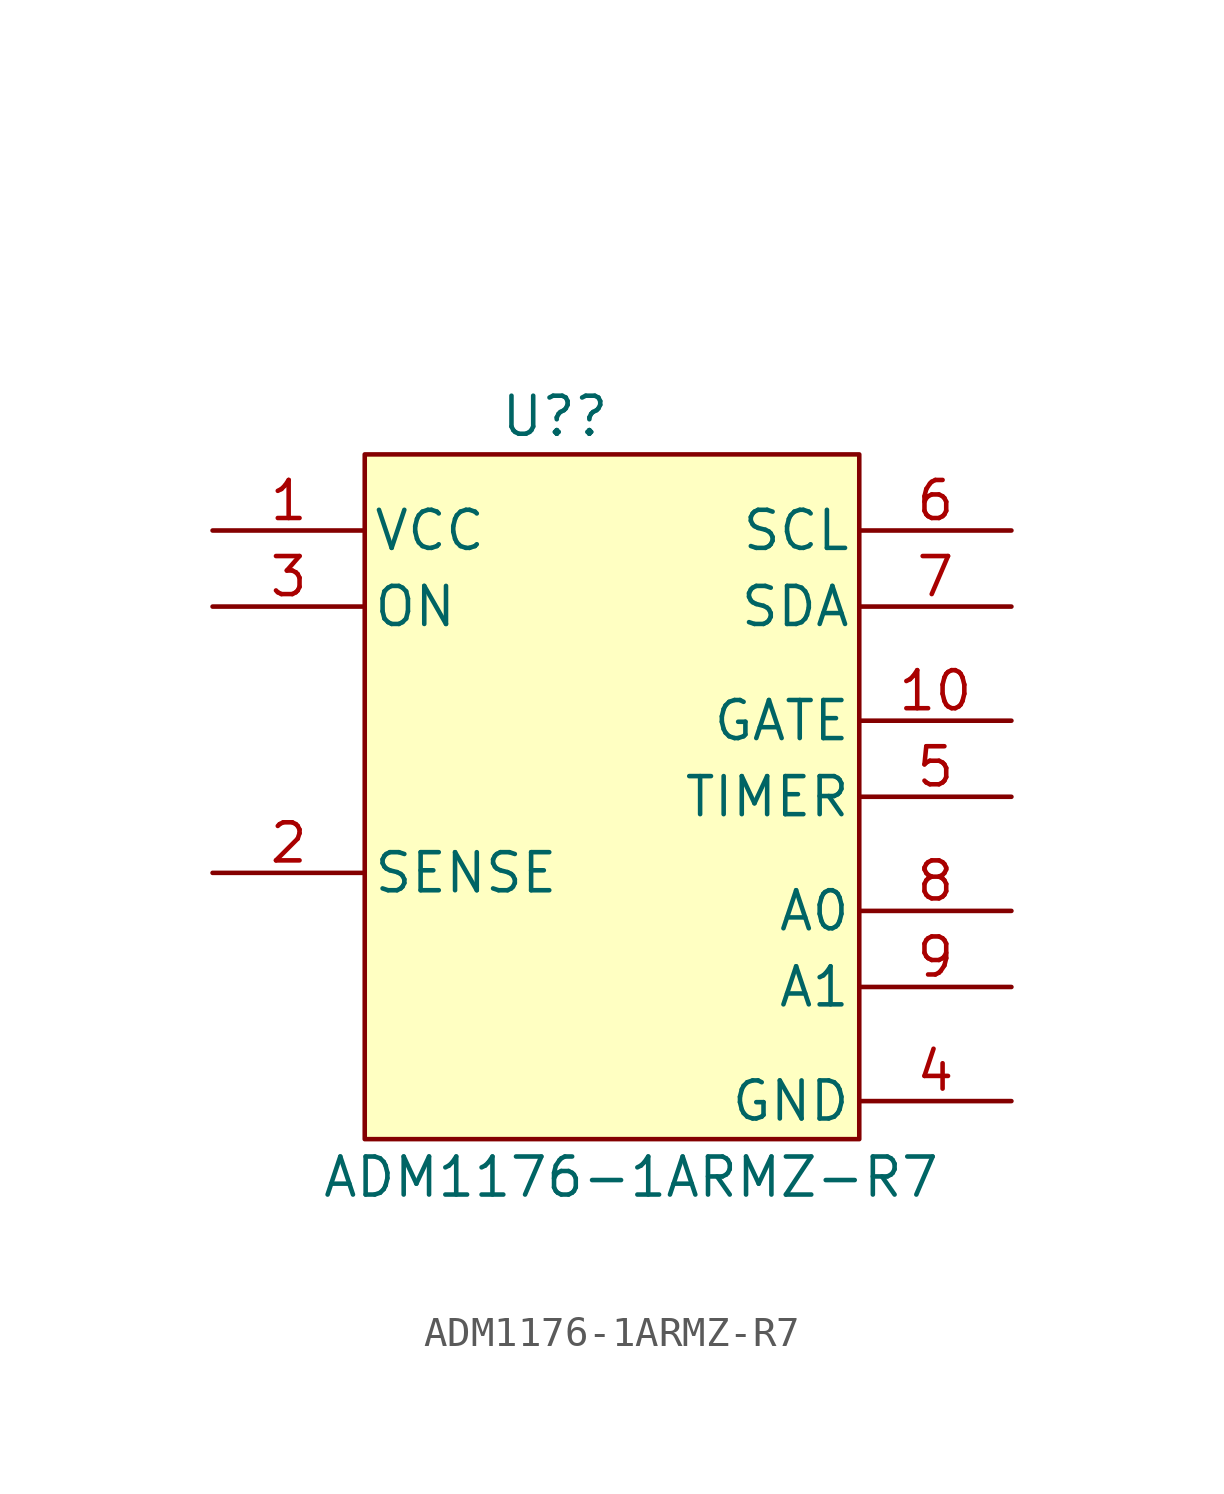
<source format=kicad_sym>
(kicad_symbol_lib
  (version 20220914)
  (generator kicad_symbol_editor)
  (symbol "ADM1176-1ARMZ-R7"
    (pin_names
      (offset 0.254))
    (property "Reference" "U?"
      (at 6.35 1.27 0)
      (effects (font (size 1.27 1.27))))
    (property "Value" "ADM1176-1ARMZ-R7"
      (at 8.89 -24.13 0)
      (effects (font (size 1.27 1.27))))
    (property "Datasheet" ""
      (at -5.08 7.62 0)
      (effects (font (size 1.27 1.27))))
    (symbol "ADM1176-1ARMZ-R7_1_0"
      (pin unspecified line (at -5.08 -2.54 0) (length 5.08) (name "VCC" (effects (font (size 1.27 1.27)))) (number "1" (effects (font (size 1.27 1.27)))))
      (pin unspecified line (at 21.59 -8.89 180) (length 5.08) (name "GATE" (effects (font (size 1.27 1.27)))) (number "10" (effects (font (size 1.27 1.27)))))
      (pin unspecified line (at -5.08 -13.97 0) (length 5.08) (name "SENSE" (effects (font (size 1.27 1.27)))) (number "2" (effects (font (size 1.27 1.27)))))
      (pin unspecified line (at -5.08 -5.08 0) (length 5.08) (name "ON" (effects (font (size 1.27 1.27)))) (number "3" (effects (font (size 1.27 1.27)))))
      (pin unspecified line (at 21.59 -21.59 180) (length 5.08) (name "GND" (effects (font (size 1.27 1.27)))) (number "4" (effects (font (size 1.27 1.27)))))
      (pin unspecified line (at 21.59 -11.43 180) (length 5.08) (name "TIMER" (effects (font (size 1.27 1.27)))) (number "5" (effects (font (size 1.27 1.27)))))
      (pin unspecified line (at 21.59 -2.54 180) (length 5.08) (name "SCL" (effects (font (size 1.27 1.27)))) (number "6" (effects (font (size 1.27 1.27)))))
      (pin unspecified line (at 21.59 -5.08 180) (length 5.08) (name "SDA" (effects (font (size 1.27 1.27)))) (number "7" (effects (font (size 1.27 1.27)))))
      (pin unspecified line (at 21.59 -15.24 180) (length 5.08) (name "A0" (effects (font (size 1.27 1.27)))) (number "8" (effects (font (size 1.27 1.27)))))
      (pin unspecified line (at 21.59 -17.78 180) (length 5.08) (name "A1" (effects (font (size 1.27 1.27)))) (number "9" (effects (font (size 1.27 1.27))))))
    (symbol "ADM1176-1ARMZ-R7_1_1"
      (rectangle (start 0 0) (end 16.51 -22.86) (stroke (width 0) (type default)) (fill (type background))))))
</source>
